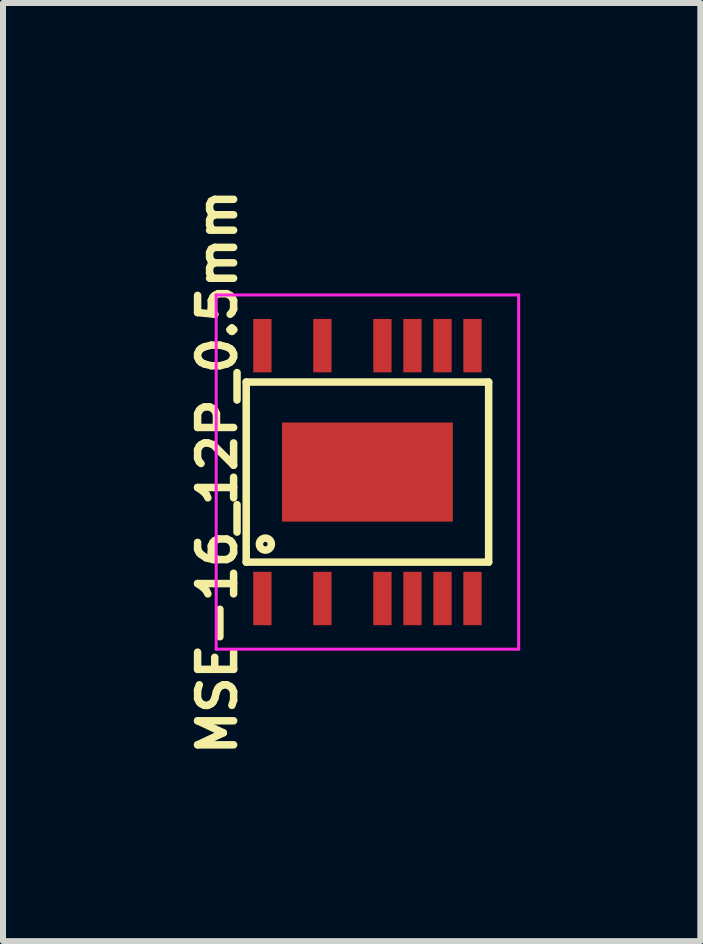
<source format=kicad_pcb>
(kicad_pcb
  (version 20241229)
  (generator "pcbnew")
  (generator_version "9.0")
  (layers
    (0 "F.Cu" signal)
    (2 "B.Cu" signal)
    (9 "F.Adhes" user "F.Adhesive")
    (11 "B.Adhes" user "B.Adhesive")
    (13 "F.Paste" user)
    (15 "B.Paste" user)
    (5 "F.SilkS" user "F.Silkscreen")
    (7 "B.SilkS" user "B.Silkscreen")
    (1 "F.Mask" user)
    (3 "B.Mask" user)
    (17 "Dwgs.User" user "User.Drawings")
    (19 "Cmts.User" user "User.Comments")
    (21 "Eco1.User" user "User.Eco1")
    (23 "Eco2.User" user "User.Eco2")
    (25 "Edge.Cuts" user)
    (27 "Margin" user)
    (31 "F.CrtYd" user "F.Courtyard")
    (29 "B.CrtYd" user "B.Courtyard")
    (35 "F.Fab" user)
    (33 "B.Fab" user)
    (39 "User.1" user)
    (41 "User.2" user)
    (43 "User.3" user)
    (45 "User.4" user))
  (footprint "MSE-16_12P_0.5mm"
    (layer "F.Cu")
    (at 3.07 4.813)
    (property "Reference" "MSE-16_12P_0.5mm" (at -2.5 0 90) (layer "F.SilkS") (effects (font (size 0.6 0.6) (thickness 0.125))))
    (attr smd)
    (fp_line (start -2.019 -1.5) (end 2.019 -1.5) (stroke (width 0.125) (type solid)) (layer "F.SilkS"))
    (fp_line (start -2.019 1.5) (end -2.019 -1.5) (stroke (width 0.125) (type solid)) (layer "F.SilkS"))
    (fp_line (start 2.019 -1.5) (end 2.019 1.5) (stroke (width 0.125) (type solid)) (layer "F.SilkS"))
    (fp_line (start 2.019 1.5) (end -2.019 1.5) (stroke (width 0.125) (type solid)) (layer "F.SilkS"))
    (fp_circle (center -1.7 1.2) (end -1.7 1.3) (stroke (width 0.125) (type solid)) (fill no) (layer "F.SilkS"))
    (fp_line (start -2.519 -2.95) (end 2.519 -2.95) (stroke (width 0.05) (type solid)) (layer "F.CrtYd"))
    (fp_line (start -2.519 2.95) (end -2.519 -2.95) (stroke (width 0.05) (type solid)) (layer "F.CrtYd"))
    (fp_line (start 2.519 -2.95) (end 2.519 2.95) (stroke (width 0.05) (type solid)) (layer "F.CrtYd"))
    (fp_line (start 2.519 2.95) (end -2.519 2.95) (stroke (width 0.05) (type solid)) (layer "F.CrtYd"))
    (pad "1" smd rect (at -1.75 2.106) (size 0.305 0.889) (layers "F.Cu" "F.Mask" "F.Paste"))
    (pad "3" smd rect (at -0.75 2.106) (size 0.305 0.889) (layers "F.Cu" "F.Mask" "F.Paste"))
    (pad "5" smd rect (at 0.25 2.106) (size 0.305 0.889) (layers "F.Cu" "F.Mask" "F.Paste"))
    (pad "6" smd rect (at 0.75 2.106) (size 0.305 0.889) (layers "F.Cu" "F.Mask" "F.Paste"))
    (pad "7" smd rect (at 1.25 2.106) (size 0.305 0.889) (layers "F.Cu" "F.Mask" "F.Paste"))
    (pad "8" smd rect (at 1.75 2.106) (size 0.305 0.889) (layers "F.Cu" "F.Mask" "F.Paste"))
    (pad "9" smd rect (at 1.75 -2.106) (size 0.305 0.889) (layers "F.Cu" "F.Mask" "F.Paste"))
    (pad "10" smd rect (at 1.25 -2.106) (size 0.305 0.889) (layers "F.Cu" "F.Mask" "F.Paste"))
    (pad "11" smd rect (at 0.75 -2.106) (size 0.305 0.889) (layers "F.Cu" "F.Mask" "F.Paste"))
    (pad "12" smd rect (at 0.25 -2.106) (size 0.305 0.889) (layers "F.Cu" "F.Mask" "F.Paste"))
    (pad "14" smd rect (at -0.75 -2.106) (size 0.305 0.889) (layers "F.Cu" "F.Mask" "F.Paste"))
    (pad "16" smd rect (at -1.75 -2.106) (size 0.305 0.889) (layers "F.Cu" "F.Mask" "F.Paste"))
    (pad "17" smd rect (at 0 0) (size 2.845 1.651) (layers "F.Cu" "F.Mask" "F.Paste")))
  (gr_rect
    (start -3 -3)
    (end 8.615 12.626)
    (stroke (width 0.1) (type default))
    (fill no)
    (layer "Edge.Cuts")))
</source>
